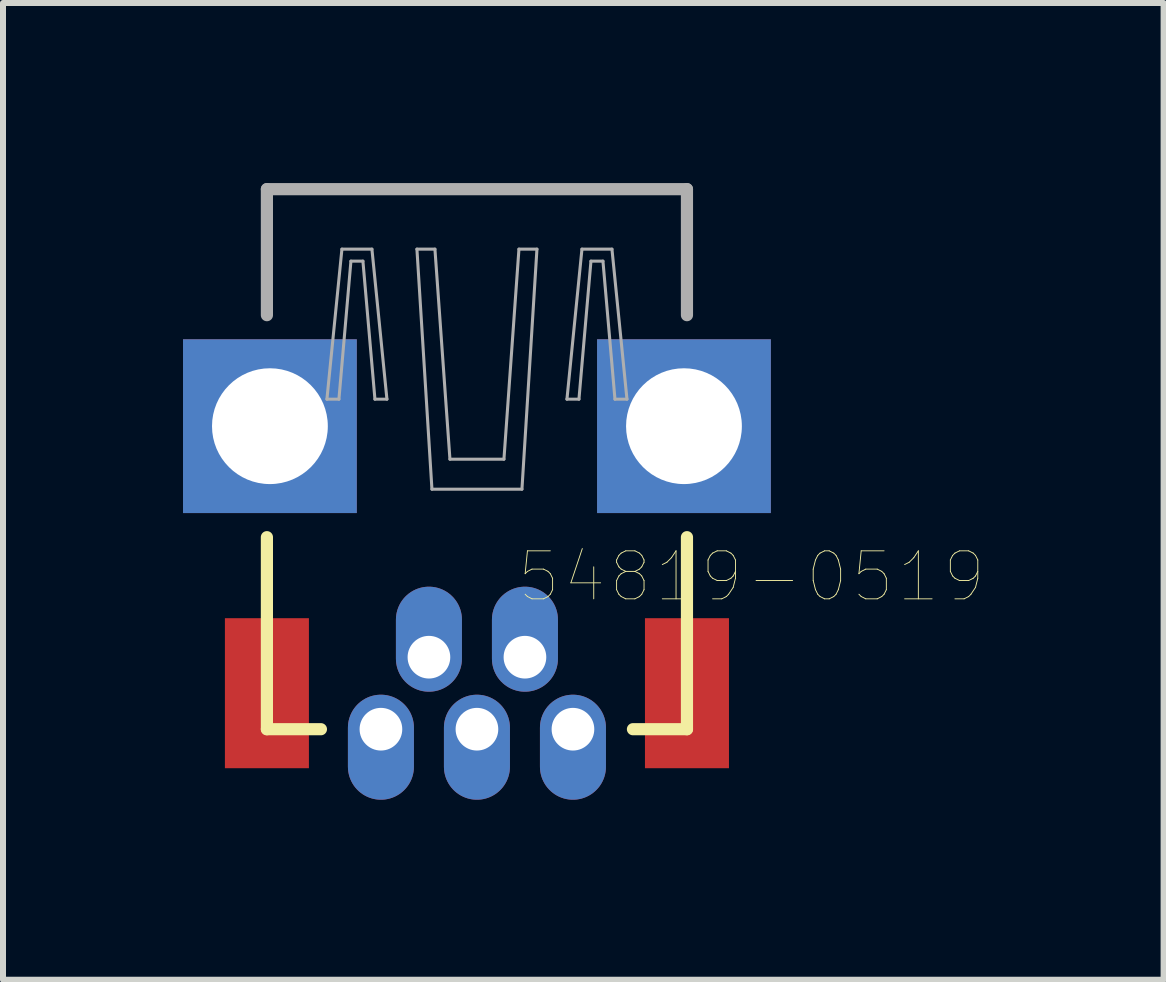
<source format=kicad_pcb>
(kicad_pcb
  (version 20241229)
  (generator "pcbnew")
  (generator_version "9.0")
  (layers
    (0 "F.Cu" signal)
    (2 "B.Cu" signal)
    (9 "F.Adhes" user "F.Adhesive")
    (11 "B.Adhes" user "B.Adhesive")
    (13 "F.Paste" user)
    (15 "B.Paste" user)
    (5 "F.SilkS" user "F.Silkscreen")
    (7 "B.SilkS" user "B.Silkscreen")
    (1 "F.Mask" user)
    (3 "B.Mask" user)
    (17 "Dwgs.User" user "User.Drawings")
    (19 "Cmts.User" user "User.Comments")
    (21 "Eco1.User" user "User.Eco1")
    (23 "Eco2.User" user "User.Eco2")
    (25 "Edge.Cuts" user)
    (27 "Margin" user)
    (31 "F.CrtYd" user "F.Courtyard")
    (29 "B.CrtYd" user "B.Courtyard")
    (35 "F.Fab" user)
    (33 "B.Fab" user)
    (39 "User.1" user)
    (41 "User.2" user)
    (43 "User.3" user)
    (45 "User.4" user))
  (footprint "54819-0519"
    (layer "F.Cu")
    (at 4.898 9.102)
    (property "Reference" "54819-0519" (at 4.575 -2.542 180) (layer "F.SilkS") (effects (font (size 0.8 0.8) (thickness 0.015))))
    (attr through_hole)
    (fp_line (start -3.5 -3.2) (end -3.5 0) (stroke (width 0.203) (type solid)) (layer "F.SilkS"))
    (fp_line (start -3.5 0) (end -2.6 0) (stroke (width 0.203) (type solid)) (layer "F.SilkS"))
    (fp_line (start 2.6 0) (end 3.5 0) (stroke (width 0.203) (type solid)) (layer "F.SilkS"))
    (fp_line (start 3.5 0) (end 3.5 -3.2) (stroke (width 0.203) (type solid)) (layer "F.SilkS"))
    (fp_line (start -3.5 -9) (end -3.5 -6.9) (stroke (width 0.203) (type solid)) (layer "F.Fab"))
    (fp_line (start -3.5 -9) (end 3.5 -9) (stroke (width 0.203) (type solid)) (layer "F.Fab"))
    (fp_line (start -2.5 -5.5) (end -2.3 -5.5) (stroke (width 0.051) (type solid)) (layer "F.Fab"))
    (fp_line (start -2.3 -5.5) (end -2.1 -7.8) (stroke (width 0.051) (type solid)) (layer "F.Fab"))
    (fp_line (start -2.25 -8) (end -2.5 -5.5) (stroke (width 0.051) (type solid)) (layer "F.Fab"))
    (fp_line (start -2.25 -8) (end -1.75 -8) (stroke (width 0.051) (type solid)) (layer "F.Fab"))
    (fp_line (start -2.1 -7.8) (end -1.9 -7.8) (stroke (width 0.051) (type solid)) (layer "F.Fab"))
    (fp_line (start -1.9 -7.8) (end -1.7 -5.5) (stroke (width 0.051) (type solid)) (layer "F.Fab"))
    (fp_line (start -1.75 -8) (end -1.5 -5.5) (stroke (width 0.051) (type solid)) (layer "F.Fab"))
    (fp_line (start -1.7 -5.5) (end -1.5 -5.5) (stroke (width 0.051) (type solid)) (layer "F.Fab"))
    (fp_line (start -0.75 -4) (end -1 -8) (stroke (width 0.051) (type solid)) (layer "F.Fab"))
    (fp_line (start -0.75 -4) (end 0.75 -4) (stroke (width 0.051) (type solid)) (layer "F.Fab"))
    (fp_line (start -0.7 -8) (end -1 -8) (stroke (width 0.051) (type solid)) (layer "F.Fab"))
    (fp_line (start -0.7 -8) (end -0.45 -4.5) (stroke (width 0.051) (type solid)) (layer "F.Fab"))
    (fp_line (start -0.45 -4.5) (end 0.45 -4.5) (stroke (width 0.051) (type solid)) (layer "F.Fab"))
    (fp_line (start 0.45 -4.5) (end 0.7 -8) (stroke (width 0.051) (type solid)) (layer "F.Fab"))
    (fp_line (start 0.7 -8) (end 1 -8) (stroke (width 0.051) (type solid)) (layer "F.Fab"))
    (fp_line (start 0.75 -4) (end 1 -8) (stroke (width 0.051) (type solid)) (layer "F.Fab"))
    (fp_line (start 1.5 -5.5) (end 1.7 -5.5) (stroke (width 0.051) (type solid)) (layer "F.Fab"))
    (fp_line (start 1.7 -5.5) (end 1.9 -7.8) (stroke (width 0.051) (type solid)) (layer "F.Fab"))
    (fp_line (start 1.75 -8) (end 1.5 -5.5) (stroke (width 0.051) (type solid)) (layer "F.Fab"))
    (fp_line (start 1.75 -8) (end 2.25 -8) (stroke (width 0.051) (type solid)) (layer "F.Fab"))
    (fp_line (start 1.9 -7.8) (end 2.1 -7.8) (stroke (width 0.051) (type solid)) (layer "F.Fab"))
    (fp_line (start 2.1 -7.8) (end 2.3 -5.5) (stroke (width 0.051) (type solid)) (layer "F.Fab"))
    (fp_line (start 2.25 -8) (end 2.5 -5.5) (stroke (width 0.051) (type solid)) (layer "F.Fab"))
    (fp_line (start 2.3 -5.5) (end 2.5 -5.5) (stroke (width 0.051) (type solid)) (layer "F.Fab"))
    (fp_line (start 3.5 -9) (end 3.5 -6.9) (stroke (width 0.203) (type solid)) (layer "F.Fab"))
    (pad "1" thru_hole oval (at 1.6 0) (size 1.1 1.75) (drill 0.711 (offset 0 0.3)) (layers "*.Cu" "*.Mask"))
    (pad "2" thru_hole oval (at 0.8 -1.2) (size 1.1 1.75) (drill 0.711 (offset 0 -0.3)) (layers "*.Cu" "*.Mask"))
    (pad "3" thru_hole oval (at 0 0) (size 1.1 1.75) (drill 0.711 (offset 0 0.3)) (layers "*.Cu" "*.Mask"))
    (pad "4" thru_hole oval (at -0.8 -1.2) (size 1.1 1.75) (drill 0.711 (offset 0 -0.3)) (layers "*.Cu" "*.Mask"))
    (pad "5" thru_hole oval (at -1.6 0) (size 1.1 1.75) (drill 0.711 (offset 0 0.3)) (layers "*.Cu" "*.Mask"))
    (pad "6" smd rect (at -3.5 -0.3) (size 1.4 2.5) (drill (offset 0 -0.3)) (layers "F.Cu" "F.Mask" "F.Paste"))
    (pad "6" thru_hole rect (at -3.45 -5.05) (size 2.896 2.896) (drill 1.93) (layers "*.Cu" "*.Mask"))
    (pad "6" thru_hole rect (at 3.45 -5.05) (size 2.896 2.896) (drill 1.93) (layers "*.Cu" "*.Mask"))
    (pad "6" smd rect (at 3.5 -0.3) (size 1.4 2.5) (drill (offset 0 -0.3)) (layers "F.Cu" "F.Mask" "F.Paste")))
  (gr_rect
    (start -3 -3)
    (end 16.341 13.277)
    (stroke (width 0.1) (type default))
    (fill no)
    (layer "Edge.Cuts")))
</source>
